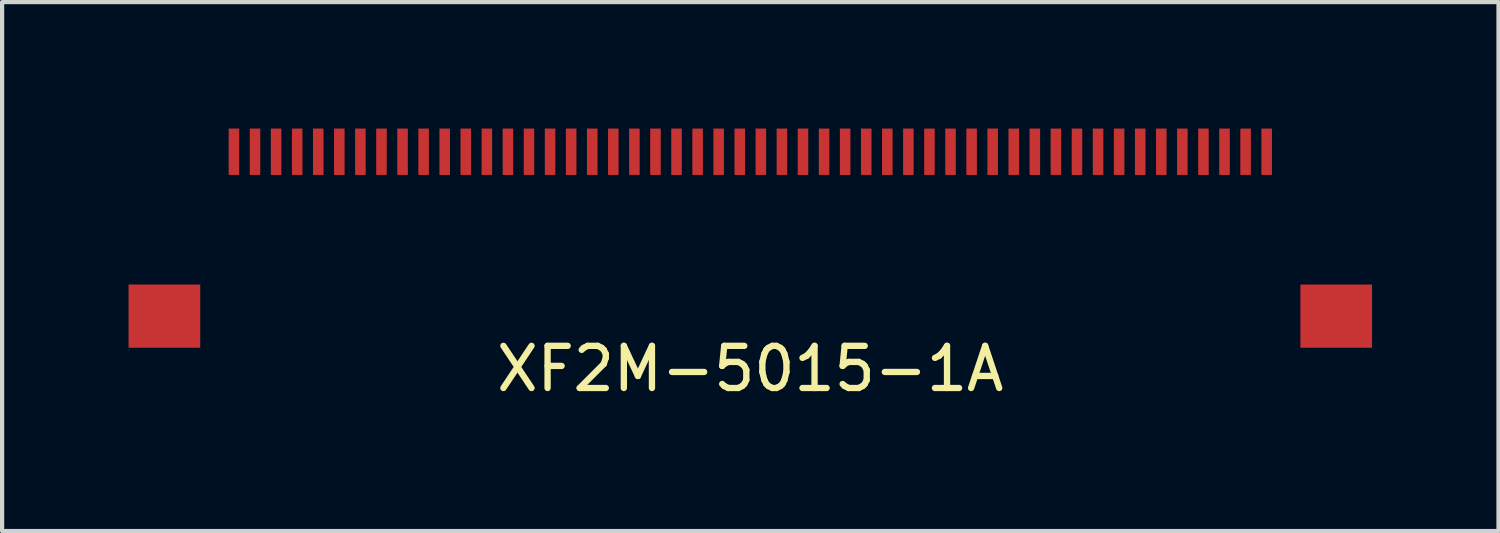
<source format=kicad_pcb>
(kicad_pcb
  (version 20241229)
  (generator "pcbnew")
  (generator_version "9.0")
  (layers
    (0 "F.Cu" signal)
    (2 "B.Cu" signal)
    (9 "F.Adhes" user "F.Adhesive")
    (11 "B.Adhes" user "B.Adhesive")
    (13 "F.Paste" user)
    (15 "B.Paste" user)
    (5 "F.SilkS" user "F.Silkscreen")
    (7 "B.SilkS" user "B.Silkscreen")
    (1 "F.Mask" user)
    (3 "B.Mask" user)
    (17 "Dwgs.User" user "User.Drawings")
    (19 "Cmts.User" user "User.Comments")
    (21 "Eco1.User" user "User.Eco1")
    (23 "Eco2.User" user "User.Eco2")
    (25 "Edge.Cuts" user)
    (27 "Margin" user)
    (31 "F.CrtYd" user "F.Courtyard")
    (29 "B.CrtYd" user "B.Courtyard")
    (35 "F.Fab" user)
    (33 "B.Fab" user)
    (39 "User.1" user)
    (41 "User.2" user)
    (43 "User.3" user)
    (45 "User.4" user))
  (footprint "XF2M-5015-1A"
    (layer "F.Cu")
    (at 14.75 5.2)
    (property "Reference" "XF2M-5015-1A" (at 0 0.5 0) (layer "F.SilkS") (effects (font (size 1 1) (thickness 0.15))))
    (attr through_hole)
    (fp_poly (pts (xy -13.05 0) (xy -14.75 0) (xy -14.75 -1.5) (xy -13.05 -1.5)) (stroke (width 0) (type solid)) (fill yes) (layer "F.Cu"))
    (fp_poly (pts (xy 14.75 0) (xy 13.05 0) (xy 13.05 -1.5) (xy 14.75 -1.5)) (stroke (width 0) (type solid)) (fill yes) (layer "F.Cu"))
    (pad "1" smd rect (at -12.25 -4.65) (size 0.25 1.1) (layers "F.Cu" "F.Mask" "F.Paste"))
    (pad "2" smd rect (at -11.75 -4.65) (size 0.25 1.1) (layers "F.Cu" "F.Mask" "F.Paste"))
    (pad "3" smd rect (at -11.25 -4.65) (size 0.25 1.1) (layers "F.Cu" "F.Mask" "F.Paste"))
    (pad "4" smd rect (at -10.75 -4.65) (size 0.25 1.1) (layers "F.Cu" "F.Mask" "F.Paste"))
    (pad "5" smd rect (at -10.25 -4.65) (size 0.25 1.1) (layers "F.Cu" "F.Mask" "F.Paste"))
    (pad "6" smd rect (at -9.75 -4.65) (size 0.25 1.1) (layers "F.Cu" "F.Mask" "F.Paste"))
    (pad "7" smd rect (at -9.25 -4.65) (size 0.25 1.1) (layers "F.Cu" "F.Mask" "F.Paste"))
    (pad "8" smd rect (at -8.75 -4.65) (size 0.25 1.1) (layers "F.Cu" "F.Mask" "F.Paste"))
    (pad "9" smd rect (at -8.25 -4.65) (size 0.25 1.1) (layers "F.Cu" "F.Mask" "F.Paste"))
    (pad "10" smd rect (at -7.75 -4.65) (size 0.25 1.1) (layers "F.Cu" "F.Mask" "F.Paste"))
    (pad "11" smd rect (at -7.25 -4.65) (size 0.25 1.1) (layers "F.Cu" "F.Mask" "F.Paste"))
    (pad "12" smd rect (at -6.75 -4.65) (size 0.25 1.1) (layers "F.Cu" "F.Mask" "F.Paste"))
    (pad "13" smd rect (at -6.25 -4.65) (size 0.25 1.1) (layers "F.Cu" "F.Mask" "F.Paste"))
    (pad "14" smd rect (at -5.75 -4.65) (size 0.25 1.1) (layers "F.Cu" "F.Mask" "F.Paste"))
    (pad "15" smd rect (at -5.25 -4.65) (size 0.25 1.1) (layers "F.Cu" "F.Mask" "F.Paste"))
    (pad "16" smd rect (at -4.75 -4.65) (size 0.25 1.1) (layers "F.Cu" "F.Mask" "F.Paste"))
    (pad "17" smd rect (at -4.25 -4.65) (size 0.25 1.1) (layers "F.Cu" "F.Mask" "F.Paste"))
    (pad "18" smd rect (at -3.75 -4.65) (size 0.25 1.1) (layers "F.Cu" "F.Mask" "F.Paste"))
    (pad "19" smd rect (at -3.25 -4.65) (size 0.25 1.1) (layers "F.Cu" "F.Mask" "F.Paste"))
    (pad "20" smd rect (at -2.75 -4.65) (size 0.25 1.1) (layers "F.Cu" "F.Mask" "F.Paste"))
    (pad "21" smd rect (at -2.25 -4.65) (size 0.25 1.1) (layers "F.Cu" "F.Mask" "F.Paste"))
    (pad "22" smd rect (at -1.75 -4.65) (size 0.25 1.1) (layers "F.Cu" "F.Mask" "F.Paste"))
    (pad "23" smd rect (at -1.25 -4.65) (size 0.25 1.1) (layers "F.Cu" "F.Mask" "F.Paste"))
    (pad "24" smd rect (at -0.75 -4.65) (size 0.25 1.1) (layers "F.Cu" "F.Mask" "F.Paste"))
    (pad "25" smd rect (at -0.25 -4.65) (size 0.25 1.1) (layers "F.Cu" "F.Mask" "F.Paste"))
    (pad "26" smd rect (at 0.25 -4.65) (size 0.25 1.1) (layers "F.Cu" "F.Mask" "F.Paste"))
    (pad "27" smd rect (at 0.75 -4.65) (size 0.25 1.1) (layers "F.Cu" "F.Mask" "F.Paste"))
    (pad "28" smd rect (at 1.25 -4.65) (size 0.25 1.1) (layers "F.Cu" "F.Mask" "F.Paste"))
    (pad "29" smd rect (at 1.75 -4.65) (size 0.25 1.1) (layers "F.Cu" "F.Mask" "F.Paste"))
    (pad "30" smd rect (at 2.25 -4.65) (size 0.25 1.1) (layers "F.Cu" "F.Mask" "F.Paste"))
    (pad "31" smd rect (at 2.75 -4.65) (size 0.25 1.1) (layers "F.Cu" "F.Mask" "F.Paste"))
    (pad "32" smd rect (at 3.25 -4.65) (size 0.25 1.1) (layers "F.Cu" "F.Mask" "F.Paste"))
    (pad "33" smd rect (at 3.75 -4.65) (size 0.25 1.1) (layers "F.Cu" "F.Mask" "F.Paste"))
    (pad "34" smd rect (at 4.25 -4.65) (size 0.25 1.1) (layers "F.Cu" "F.Mask" "F.Paste"))
    (pad "35" smd rect (at 4.75 -4.65) (size 0.25 1.1) (layers "F.Cu" "F.Mask" "F.Paste"))
    (pad "36" smd rect (at 5.25 -4.65) (size 0.25 1.1) (layers "F.Cu" "F.Mask" "F.Paste"))
    (pad "37" smd rect (at 5.75 -4.65) (size 0.25 1.1) (layers "F.Cu" "F.Mask" "F.Paste"))
    (pad "38" smd rect (at 6.25 -4.65) (size 0.25 1.1) (layers "F.Cu" "F.Mask" "F.Paste"))
    (pad "39" smd rect (at 6.75 -4.65) (size 0.25 1.1) (layers "F.Cu" "F.Mask" "F.Paste"))
    (pad "40" smd rect (at 7.25 -4.65) (size 0.25 1.1) (layers "F.Cu" "F.Mask" "F.Paste"))
    (pad "41" smd rect (at 7.75 -4.65) (size 0.25 1.1) (layers "F.Cu" "F.Mask" "F.Paste"))
    (pad "42" smd rect (at 8.25 -4.65) (size 0.25 1.1) (layers "F.Cu" "F.Mask" "F.Paste"))
    (pad "43" smd rect (at 8.75 -4.65) (size 0.25 1.1) (layers "F.Cu" "F.Mask" "F.Paste"))
    (pad "44" smd rect (at 9.25 -4.65) (size 0.25 1.1) (layers "F.Cu" "F.Mask" "F.Paste"))
    (pad "45" smd rect (at 9.75 -4.65) (size 0.25 1.1) (layers "F.Cu" "F.Mask" "F.Paste"))
    (pad "46" smd rect (at 10.25 -4.65) (size 0.25 1.1) (layers "F.Cu" "F.Mask" "F.Paste"))
    (pad "47" smd rect (at 10.75 -4.65) (size 0.25 1.1) (layers "F.Cu" "F.Mask" "F.Paste"))
    (pad "48" smd rect (at 11.25 -4.65) (size 0.25 1.1) (layers "F.Cu" "F.Mask" "F.Paste"))
    (pad "49" smd rect (at 11.75 -4.65) (size 0.25 1.1) (layers "F.Cu" "F.Mask" "F.Paste"))
    (pad "50" smd rect (at 12.25 -4.65) (size 0.25 1.1) (layers "F.Cu" "F.Mask" "F.Paste")))
  (gr_rect
    (start -3 -3)
    (end 32.5 9.548)
    (stroke (width 0.1) (type default))
    (fill no)
    (layer "Edge.Cuts")))
</source>
